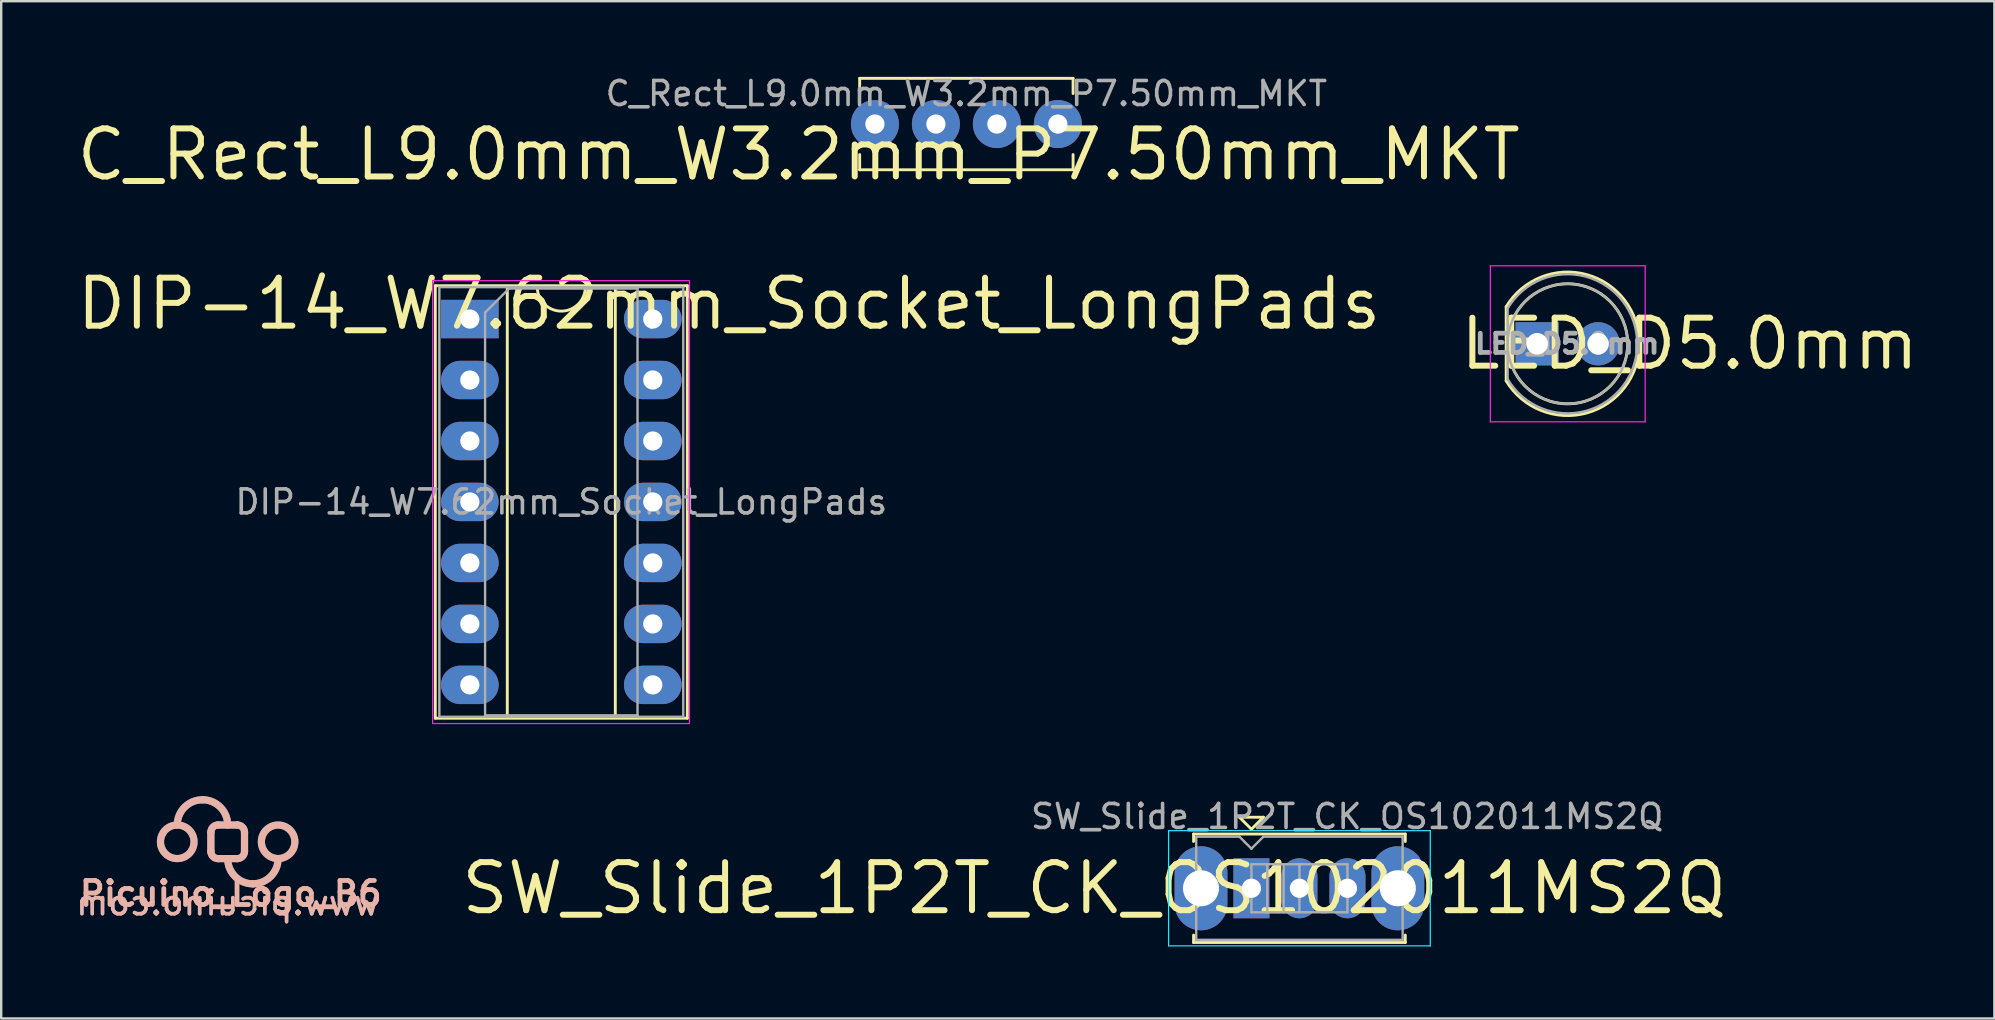
<source format=kicad_pcb>
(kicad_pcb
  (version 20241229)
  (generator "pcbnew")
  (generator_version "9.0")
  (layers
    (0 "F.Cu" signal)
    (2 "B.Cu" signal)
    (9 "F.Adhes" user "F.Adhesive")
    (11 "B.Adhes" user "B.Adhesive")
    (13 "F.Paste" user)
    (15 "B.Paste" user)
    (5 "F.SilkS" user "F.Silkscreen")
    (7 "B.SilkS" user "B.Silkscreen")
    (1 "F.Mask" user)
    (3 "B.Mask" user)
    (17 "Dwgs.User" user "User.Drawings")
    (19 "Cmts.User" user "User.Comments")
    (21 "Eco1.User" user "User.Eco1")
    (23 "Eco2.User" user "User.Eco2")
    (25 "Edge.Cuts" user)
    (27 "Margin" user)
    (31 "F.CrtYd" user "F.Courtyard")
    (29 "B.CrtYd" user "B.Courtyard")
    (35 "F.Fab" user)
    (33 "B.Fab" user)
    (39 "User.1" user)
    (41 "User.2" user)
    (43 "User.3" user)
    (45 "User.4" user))
  (footprint "Picuino_Logo_B6"
    (layer "F.Cu")
    (at 6.435 32.018)
    (property "Reference" "Picuino_Logo_B6" (at 0.127 2.159 0) (layer "B.SilkS") (effects (font (size 1.001 1.001) (thickness 0.201))))
    (attr through_hole)
    (fp_line (start -0.701 -0.399) (end -0.701 0.399) (stroke (width 0.3) (type solid)) (layer "B.Cu"))
    (fp_line (start -0.399 0.701) (end 0.399 0.701) (stroke (width 0.3) (type solid)) (layer "B.Cu"))
    (fp_line (start 0.399 -0.701) (end -0.399 -0.701) (stroke (width 0.3) (type solid)) (layer "B.Cu"))
    (fp_line (start 0.701 0.399) (end 0.701 -0.399) (stroke (width 0.3) (type solid)) (layer "B.Cu"))
    (fp_arc (start -2.10058 -0.70104) (mid -1.793329 -1.442809) (end -1.05156 -1.75006) (stroke (width 0.3) (type solid)) (layer "B.Cu"))
    (fp_arc (start -1.05156 -1.7526) (mid -0.307995 -1.444605) (end 0 -0.70104) (stroke (width 0.3) (type solid)) (layer "B.Cu"))
    (fp_arc (start -0.70104 -0.39878) (mid -0.61251 -0.61251) (end -0.39878 -0.70104) (stroke (width 0.3) (type solid)) (layer "B.Cu"))
    (fp_arc (start -0.39878 0.70104) (mid -0.61251 0.61251) (end -0.70104 0.39878) (stroke (width 0.3) (type solid)) (layer "B.Cu"))
    (fp_arc (start 0.39878 -0.70104) (mid 0.61251 -0.61251) (end 0.70104 -0.39878) (stroke (width 0.3) (type solid)) (layer "B.Cu"))
    (fp_arc (start 0.70104 0.39878) (mid 0.61251 0.61251) (end 0.39878 0.70104) (stroke (width 0.3) (type solid)) (layer "B.Cu"))
    (fp_arc (start 1.05156 1.7526) (mid 0.307995 1.444605) (end 0 0.70104) (stroke (width 0.3) (type solid)) (layer "B.Cu"))
    (fp_arc (start 2.10058 0.70104) (mid 1.793329 1.442809) (end 1.05156 1.75006) (stroke (width 0.3) (type solid)) (layer "B.Cu"))
    (fp_circle (center -2.101 0) (end -1.402 0) (stroke (width 0.3) (type solid)) (fill no) (layer "B.Cu"))
    (fp_circle (center 2.101 0) (end 2.799 0) (stroke (width 0.3) (type solid)) (fill no) (layer "B.Cu"))
    (fp_line (start -0.701 -0.399) (end -0.701 0.399) (stroke (width 0.3) (type solid)) (layer "B.SilkS"))
    (fp_line (start -0.399 0.701) (end 0.399 0.701) (stroke (width 0.3) (type solid)) (layer "B.SilkS"))
    (fp_line (start 0.399 -0.701) (end -0.399 -0.701) (stroke (width 0.3) (type solid)) (layer "B.SilkS"))
    (fp_line (start 0.701 0.399) (end 0.701 -0.399) (stroke (width 0.3) (type solid)) (layer "B.SilkS"))
    (fp_arc (start -2.10058 -0.70104) (mid -1.793329 -1.442809) (end -1.05156 -1.75006) (stroke (width 0.3) (type solid)) (layer "B.SilkS"))
    (fp_arc (start -1.05156 -1.7526) (mid -0.307995 -1.444605) (end 0 -0.70104) (stroke (width 0.3) (type solid)) (layer "B.SilkS"))
    (fp_arc (start -0.70104 -0.39878) (mid -0.61251 -0.61251) (end -0.39878 -0.70104) (stroke (width 0.3) (type solid)) (layer "B.SilkS"))
    (fp_arc (start -0.39878 0.70104) (mid -0.61251 0.61251) (end -0.70104 0.39878) (stroke (width 0.3) (type solid)) (layer "B.SilkS"))
    (fp_arc (start 0.39878 -0.70104) (mid 0.61251 -0.61251) (end 0.70104 -0.39878) (stroke (width 0.3) (type solid)) (layer "B.SilkS"))
    (fp_arc (start 0.70104 0.39878) (mid 0.61251 0.61251) (end 0.39878 0.70104) (stroke (width 0.3) (type solid)) (layer "B.SilkS"))
    (fp_arc (start 1.05156 1.7526) (mid 0.307995 1.444605) (end 0 0.70104) (stroke (width 0.3) (type solid)) (layer "B.SilkS"))
    (fp_arc (start 2.10058 0.70104) (mid 1.793329 1.442809) (end 1.05156 1.75006) (stroke (width 0.3) (type solid)) (layer "B.SilkS"))
    (fp_circle (center -2.101 0) (end -1.402 0) (stroke (width 0.3) (type solid)) (fill no) (layer "B.SilkS"))
    (fp_circle (center 2.101 0) (end 2.799 0) (stroke (width 0.3) (type solid)) (fill no) (layer "B.SilkS"))
    (fp_text user "www.picuino.com" (at 0 2.54 0) (layer "B.Cu") (effects (font (size 1 1) (thickness 0.15)) (justify mirror)))
    (fp_text user "www.picuino.com" (at 0 2.54 0) (layer "B.SilkS") (effects (font (size 1 1) (thickness 0.15)) (justify mirror))))
  (footprint "SW_Slide_1P2T_CK_OS102011MS2Q"
    (layer "F.Cu")
    (at 49.082 33.954)
    (property "Reference" "SW_Slide_1P2T_CK_OS102011MS2Q" (at -6.545 0 180) (layer "F.SilkS") (effects (font (size 2 2) (thickness 0.25))))
    (attr through_hole)
    (fp_line (start -2.41 -2.26) (end 6.41 -2.26) (stroke (width 0.12) (type solid)) (layer "F.SilkS"))
    (fp_line (start -2.41 -1.95) (end -2.41 -2.26) (stroke (width 0.12) (type solid)) (layer "F.SilkS"))
    (fp_line (start -2.41 2.26) (end -2.41 1.95) (stroke (width 0.12) (type solid)) (layer "F.SilkS"))
    (fp_line (start -0.5 -2.96) (end 0 -2.46) (stroke (width 0.12) (type solid)) (layer "F.SilkS"))
    (fp_line (start 0 -2.46) (end 0.5 -2.96) (stroke (width 0.12) (type solid)) (layer "F.SilkS"))
    (fp_line (start 0.5 -2.96) (end -0.5 -2.96) (stroke (width 0.12) (type solid)) (layer "F.SilkS"))
    (fp_line (start 6.41 -2.26) (end 6.41 -1.95) (stroke (width 0.12) (type solid)) (layer "F.SilkS"))
    (fp_line (start 6.41 2.26) (end -2.41 2.26) (stroke (width 0.12) (type solid)) (layer "F.SilkS"))
    (fp_line (start 6.41 2.26) (end 6.41 1.95) (stroke (width 0.12) (type solid)) (layer "F.SilkS"))
    (fp_line (start -3.45 -2.4) (end 7.45 -2.4) (stroke (width 0.05) (type solid)) (layer "B.CrtYd"))
    (fp_line (start -3.45 2.4) (end -3.45 -2.4) (stroke (width 0.05) (type solid)) (layer "B.CrtYd"))
    (fp_line (start 7.45 -2.4) (end 7.45 2.4) (stroke (width 0.05) (type solid)) (layer "B.CrtYd"))
    (fp_line (start 7.45 2.4) (end -3.45 2.4) (stroke (width 0.05) (type solid)) (layer "B.CrtYd"))
    (fp_line (start -2.3 -2.15) (end -0.5 -2.15) (stroke (width 0.1) (type solid)) (layer "F.Fab"))
    (fp_line (start -2.3 2.15) (end -2.3 -2.15) (stroke (width 0.1) (type solid)) (layer "F.Fab"))
    (fp_line (start -0.5 -2.15) (end 0 -1.65) (stroke (width 0.1) (type solid)) (layer "F.Fab"))
    (fp_line (start 0 -1.65) (end 0.5 -2.15) (stroke (width 0.1) (type solid)) (layer "F.Fab"))
    (fp_line (start 0 -1) (end 0 1) (stroke (width 0.1) (type solid)) (layer "F.Fab"))
    (fp_line (start 0 -1) (end 4 -1) (stroke (width 0.1) (type solid)) (layer "F.Fab"))
    (fp_line (start 0 1) (end 4 1) (stroke (width 0.1) (type solid)) (layer "F.Fab"))
    (fp_line (start 0.5 -2.15) (end 6.3 -2.15) (stroke (width 0.1) (type solid)) (layer "F.Fab"))
    (fp_line (start 0.66 -1) (end 0.66 1) (stroke (width 0.1) (type solid)) (layer "F.Fab"))
    (fp_line (start 1.34 -1) (end 1.34 1) (stroke (width 0.1) (type solid)) (layer "F.Fab"))
    (fp_line (start 2 -1) (end 2 1) (stroke (width 0.1) (type solid)) (layer "F.Fab"))
    (fp_line (start 4 -1) (end 4 1) (stroke (width 0.1) (type solid)) (layer "F.Fab"))
    (fp_line (start 6.3 -2.15) (end 6.3 2.15) (stroke (width 0.1) (type solid)) (layer "F.Fab"))
    (fp_line (start 6.3 2.15) (end -2.3 2.15) (stroke (width 0.1) (type solid)) (layer "F.Fab"))
    (fp_text user "${REFERENCE}" (at 3.99 -2.99 180) (layer "F.Fab") (effects (font (size 1 1) (thickness 0.15))))
    (pad "" thru_hole oval (at -2.1 0) (size 2.2 3.5) (drill 1.5) (layers "*.Cu" "*.Mask"))
    (pad "" thru_hole oval (at 6.1 0) (size 2.2 3.5) (drill 1.5) (layers "*.Cu" "*.Mask"))
    (pad "1" thru_hole rect (at 0 0) (size 1.5 2.5) (drill 0.8) (layers "*.Cu" "*.Mask"))
    (pad "2" thru_hole oval (at 2 0) (size 1.5 2.5) (drill 0.8) (layers "*.Cu" "*.Mask"))
    (pad "3" thru_hole oval (at 4 0) (size 1.5 2.5) (drill 0.8) (layers "*.Cu" "*.Mask")))
  (footprint "C_Rect_L9.0mm_W3.2mm_P7.50mm_MKT"
    (layer "F.Cu")
    (at 33.398 2.118)
    (property "Reference" "C_Rect_L9.0mm_W3.2mm_P7.50mm_MKT" (at -3.175 1.27 0) (layer "F.SilkS") (effects (font (size 2 2) (thickness 0.25))))
    (attr through_hole)
    (fp_line (start -0.635 -1.905) (end 8.255 -1.905) (stroke (width 0.12) (type solid)) (layer "F.SilkS"))
    (fp_line (start -0.635 -1.27) (end -0.635 -1.905) (stroke (width 0.12) (type solid)) (layer "F.SilkS"))
    (fp_line (start -0.635 1.905) (end -0.635 1.27) (stroke (width 0.12) (type solid)) (layer "F.SilkS"))
    (fp_line (start 8.255 -1.905) (end 8.255 -1.27) (stroke (width 0.12) (type solid)) (layer "F.SilkS"))
    (fp_line (start 8.255 1.27) (end 8.255 1.905) (stroke (width 0.12) (type solid)) (layer "F.SilkS"))
    (fp_line (start 8.255 1.905) (end -0.635 1.905) (stroke (width 0.12) (type solid)) (layer "F.SilkS"))
    (fp_text user "${REFERENCE}" (at 3.81 -1.27 0) (layer "F.Fab") (effects (font (size 1 1) (thickness 0.15))))
    (pad "1" thru_hole circle (at 0 0) (size 2 2) (drill 0.8) (layers "*.Cu" "*.Mask"))
    (pad "1" thru_hole circle (at 2.54 0) (size 2 2) (drill 0.8) (layers "*.Cu" "*.Mask"))
    (pad "2" thru_hole circle (at 5.08 0) (size 2 2) (drill 0.8) (layers "*.Cu" "*.Mask"))
    (pad "2" thru_hole circle (at 7.62 0) (size 2 2) (drill 0.8) (layers "*.Cu" "*.Mask")))
  (footprint "LED_D5.0mm"
    (layer "F.Cu")
    (at 60.985 11.272)
    (property "Reference" "LED_D5.0mm" (at 6.35 0 0) (layer "F.SilkS") (effects (font (size 2 2) (thickness 0.25))))
    (attr through_hole)
    (fp_line (start -1.29 -1.545) (end -1.29 1.545) (stroke (width 0.12) (type solid)) (layer "F.SilkS"))
    (fp_arc (start -1.29 -1.54483) (mid 2.072002 -2.880433) (end 4.26 0.000462) (stroke (width 0.12) (type solid)) (layer "F.SilkS"))
    (fp_arc (start 4.26 -0.000462) (mid 2.072002 2.880433) (end -1.29 1.54483) (stroke (width 0.12) (type solid)) (layer "F.SilkS"))
    (fp_circle (center 1.27 0) (end 3.77 0) (stroke (width 0.12) (type solid)) (fill no) (layer "F.SilkS"))
    (fp_line (start -1.95 -3.25) (end -1.95 3.25) (stroke (width 0.05) (type solid)) (layer "F.CrtYd"))
    (fp_line (start -1.95 3.25) (end 4.5 3.25) (stroke (width 0.05) (type solid)) (layer "F.CrtYd"))
    (fp_line (start 4.5 -3.25) (end -1.95 -3.25) (stroke (width 0.05) (type solid)) (layer "F.CrtYd"))
    (fp_line (start 4.5 3.25) (end 4.5 -3.25) (stroke (width 0.05) (type solid)) (layer "F.CrtYd"))
    (fp_line (start -1.23 -1.47) (end -1.23 1.47) (stroke (width 0.1) (type solid)) (layer "F.Fab"))
    (fp_arc (start -1.23 -1.469694) (mid 4.17 0.000016) (end -1.230016 1.469666) (stroke (width 0.1) (type solid)) (layer "F.Fab"))
    (fp_circle (center 1.27 0) (end 3.77 0) (stroke (width 0.1) (type solid)) (fill no) (layer "F.Fab"))
    (fp_text user "${REFERENCE}" (at 1.25 0 0) (layer "F.Fab") (effects (font (size 0.8 0.8) (thickness 0.2))))
    (pad "1" thru_hole rect (at 0 0) (size 1.8 1.8) (drill 0.9) (layers "*.Cu" "*.Mask"))
    (pad "2" thru_hole circle (at 2.54 0) (size 1.8 1.8) (drill 0.9) (layers "*.Cu" "*.Mask")))
  (footprint "DIP-14_W7.62mm_Socket_LongPads"
    (layer "F.Cu")
    (at 16.523 10.241)
    (property "Reference" "DIP-14_W7.62mm_Socket_LongPads" (at 10.795 -0.635 0) (layer "F.SilkS") (effects (font (size 2 2) (thickness 0.25))))
    (attr through_hole)
    (fp_line (start -1.44 -1.39) (end -1.44 16.63) (stroke (width 0.12) (type solid)) (layer "F.SilkS"))
    (fp_line (start -1.44 16.63) (end 9.06 16.63) (stroke (width 0.12) (type solid)) (layer "F.SilkS"))
    (fp_line (start 1.56 -1.33) (end 1.56 16.57) (stroke (width 0.12) (type solid)) (layer "F.SilkS"))
    (fp_line (start 1.56 16.57) (end 6.06 16.57) (stroke (width 0.12) (type solid)) (layer "F.SilkS"))
    (fp_line (start 2.81 -1.33) (end 1.56 -1.33) (stroke (width 0.12) (type solid)) (layer "F.SilkS"))
    (fp_line (start 6.06 -1.33) (end 4.81 -1.33) (stroke (width 0.12) (type solid)) (layer "F.SilkS"))
    (fp_line (start 6.06 16.57) (end 6.06 -1.33) (stroke (width 0.12) (type solid)) (layer "F.SilkS"))
    (fp_line (start 9.06 -1.39) (end -1.44 -1.39) (stroke (width 0.12) (type solid)) (layer "F.SilkS"))
    (fp_line (start 9.06 16.63) (end 9.06 -1.39) (stroke (width 0.12) (type solid)) (layer "F.SilkS"))
    (fp_arc (start 4.81 -1.33) (mid 3.81 -0.33) (end 2.81 -1.33) (stroke (width 0.12) (type solid)) (layer "F.SilkS"))
    (fp_line (start -1.55 -1.6) (end -1.55 16.85) (stroke (width 0.05) (type solid)) (layer "F.CrtYd"))
    (fp_line (start -1.55 16.85) (end 9.15 16.85) (stroke (width 0.05) (type solid)) (layer "F.CrtYd"))
    (fp_line (start 9.15 -1.6) (end -1.55 -1.6) (stroke (width 0.05) (type solid)) (layer "F.CrtYd"))
    (fp_line (start 9.15 16.85) (end 9.15 -1.6) (stroke (width 0.05) (type solid)) (layer "F.CrtYd"))
    (fp_line (start -1.27 -1.33) (end -1.27 16.57) (stroke (width 0.1) (type solid)) (layer "F.Fab"))
    (fp_line (start -1.27 16.57) (end 8.89 16.57) (stroke (width 0.1) (type solid)) (layer "F.Fab"))
    (fp_line (start 0.635 -0.27) (end 1.635 -1.27) (stroke (width 0.1) (type solid)) (layer "F.Fab"))
    (fp_line (start 0.635 16.51) (end 0.635 -0.27) (stroke (width 0.1) (type solid)) (layer "F.Fab"))
    (fp_line (start 1.635 -1.27) (end 6.985 -1.27) (stroke (width 0.1) (type solid)) (layer "F.Fab"))
    (fp_line (start 6.985 -1.27) (end 6.985 16.51) (stroke (width 0.1) (type solid)) (layer "F.Fab"))
    (fp_line (start 6.985 16.51) (end 0.635 16.51) (stroke (width 0.1) (type solid)) (layer "F.Fab"))
    (fp_line (start 8.89 -1.33) (end -1.27 -1.33) (stroke (width 0.1) (type solid)) (layer "F.Fab"))
    (fp_line (start 8.89 16.57) (end 8.89 -1.33) (stroke (width 0.1) (type solid)) (layer "F.Fab"))
    (fp_text user "${REFERENCE}" (at 3.81 7.62 0) (layer "F.Fab") (effects (font (size 1 1) (thickness 0.15))))
    (pad "1" thru_hole rect (at 0 0) (size 2.4 1.6) (drill 0.8) (layers "*.Cu" "*.Mask"))
    (pad "2" thru_hole oval (at 0 2.54) (size 2.4 1.6) (drill 0.8) (layers "*.Cu" "*.Mask"))
    (pad "3" thru_hole oval (at 0 5.08) (size 2.4 1.6) (drill 0.8) (layers "*.Cu" "*.Mask"))
    (pad "4" thru_hole oval (at 0 7.62) (size 2.4 1.6) (drill 0.8) (layers "*.Cu" "*.Mask"))
    (pad "5" thru_hole oval (at 0 10.16) (size 2.4 1.6) (drill 0.8) (layers "*.Cu" "*.Mask"))
    (pad "6" thru_hole oval (at 0 12.7) (size 2.4 1.6) (drill 0.8) (layers "*.Cu" "*.Mask"))
    (pad "7" thru_hole oval (at 0 15.24) (size 2.4 1.6) (drill 0.8) (layers "*.Cu" "*.Mask"))
    (pad "8" thru_hole oval (at 7.62 15.24) (size 2.4 1.6) (drill 0.8) (layers "*.Cu" "*.Mask"))
    (pad "9" thru_hole oval (at 7.62 12.7) (size 2.4 1.6) (drill 0.8) (layers "*.Cu" "*.Mask"))
    (pad "10" thru_hole oval (at 7.62 10.16) (size 2.4 1.6) (drill 0.8) (layers "*.Cu" "*.Mask"))
    (pad "11" thru_hole oval (at 7.62 7.62) (size 2.4 1.6) (drill 0.8) (layers "*.Cu" "*.Mask"))
    (pad "12" thru_hole oval (at 7.62 5.08) (size 2.4 1.6) (drill 0.8) (layers "*.Cu" "*.Mask"))
    (pad "13" thru_hole oval (at 7.62 2.54) (size 2.4 1.6) (drill 0.8) (layers "*.Cu" "*.Mask"))
    (pad "14" thru_hole oval (at 7.62 0) (size 2.4 1.6) (drill 0.8) (layers "*.Cu" "*.Mask")))
  (gr_rect
    (start -3 -3)
    (end 80.033 39.379)
    (stroke (width 0.1) (type default))
    (fill no)
    (layer "Edge.Cuts")))
</source>
